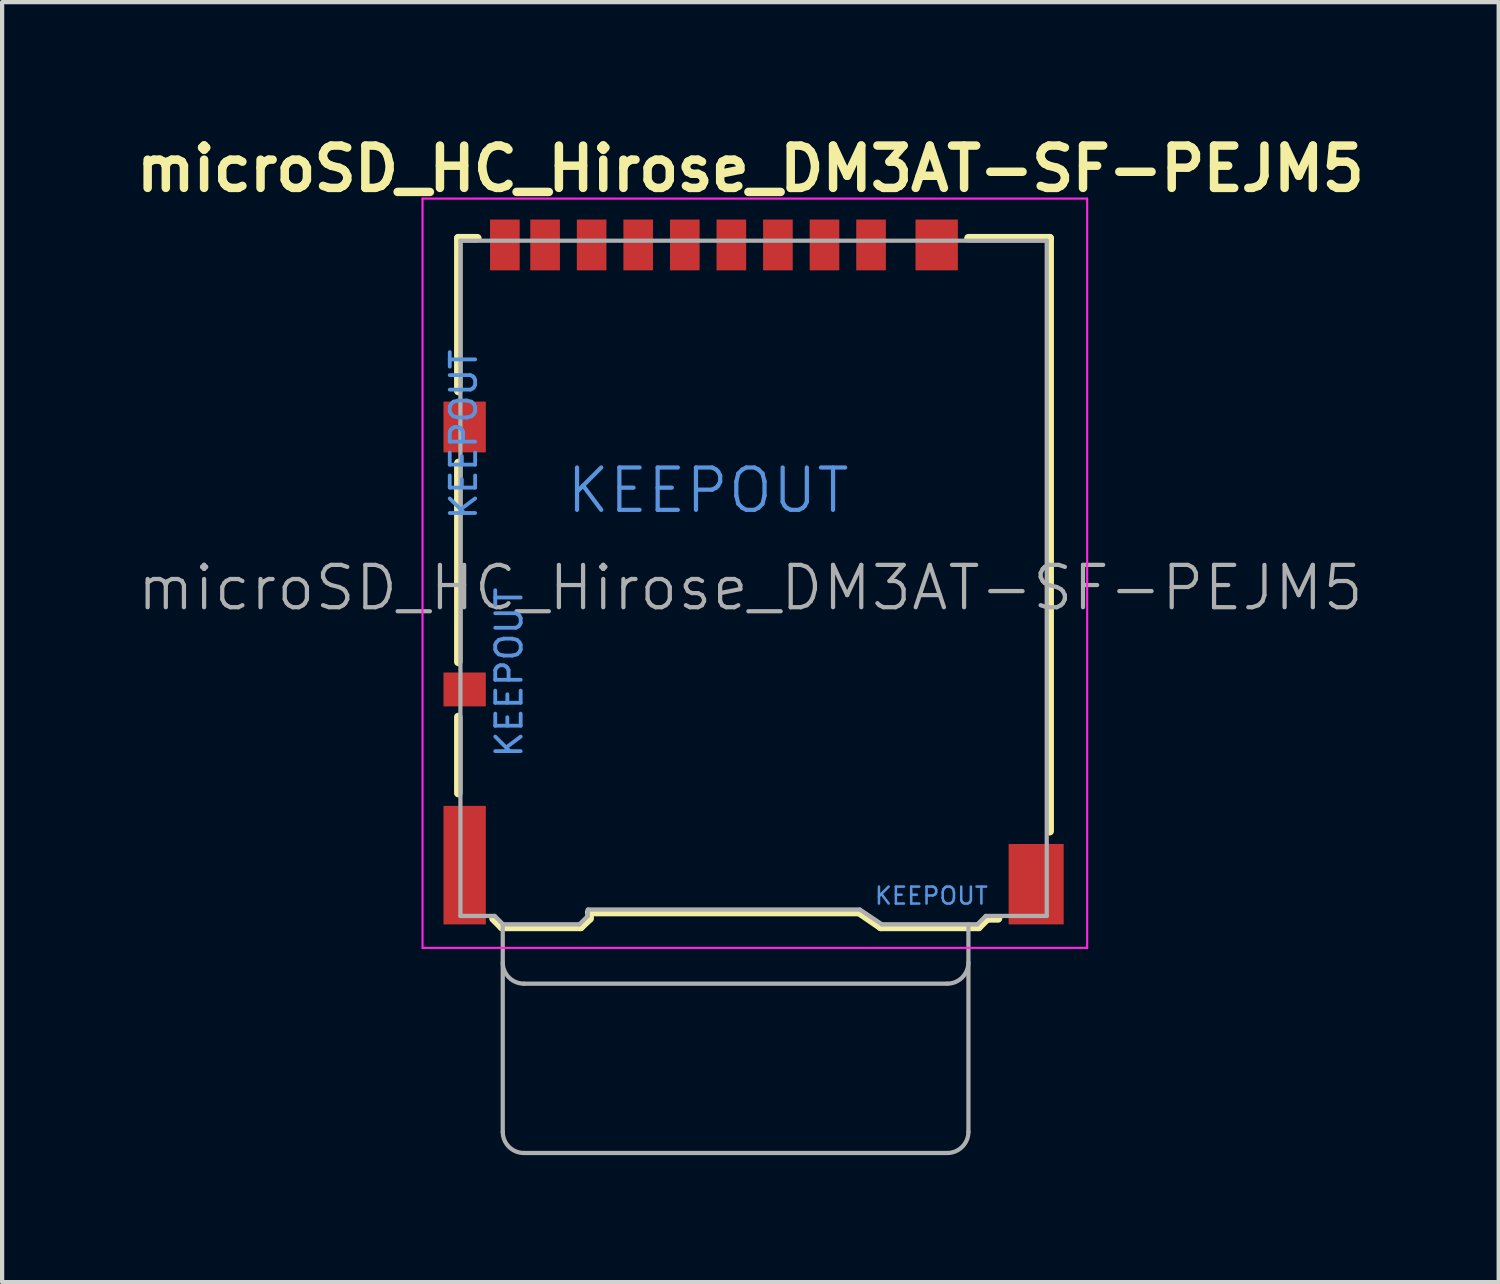
<source format=kicad_pcb>
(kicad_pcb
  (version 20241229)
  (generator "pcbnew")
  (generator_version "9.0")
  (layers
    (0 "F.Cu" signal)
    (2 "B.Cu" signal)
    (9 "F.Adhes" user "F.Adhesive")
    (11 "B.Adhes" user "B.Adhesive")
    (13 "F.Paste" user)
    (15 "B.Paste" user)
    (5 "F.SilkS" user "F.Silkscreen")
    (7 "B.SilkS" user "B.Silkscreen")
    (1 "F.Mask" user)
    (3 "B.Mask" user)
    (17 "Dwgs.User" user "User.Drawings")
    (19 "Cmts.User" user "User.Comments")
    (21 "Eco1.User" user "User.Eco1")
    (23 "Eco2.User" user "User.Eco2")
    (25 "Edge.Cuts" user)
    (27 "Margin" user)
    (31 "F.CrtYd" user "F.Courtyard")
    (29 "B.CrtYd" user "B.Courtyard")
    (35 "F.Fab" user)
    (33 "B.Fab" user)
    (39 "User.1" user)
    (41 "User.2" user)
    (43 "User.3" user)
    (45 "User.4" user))
  (footprint "microSD_HC_Hirose_DM3AT-SF-PEJM5"
    (layer "F.Cu")
    (at 14.751 10.461)
    (property "Reference" "microSD_HC_Hirose_DM3AT-SF-PEJM5" (at -0.075 -9.525 0) (layer "F.SilkS") (effects (font (size 1 1) (thickness 0.2))))
    (attr smd)
    (fp_line (start -6.975 -7.885) (end -6.975 -4.275) (stroke (width 0.2) (type solid)) (layer "F.SilkS"))
    (fp_line (start -6.975 -2.575) (end -6.975 2.125) (stroke (width 0.2) (type solid)) (layer "F.SilkS"))
    (fp_line (start -6.975 3.425) (end -6.975 5.225) (stroke (width 0.2) (type solid)) (layer "F.SilkS"))
    (fp_line (start -6.525 -7.885) (end -6.975 -7.885) (stroke (width 0.2) (type solid)) (layer "F.SilkS"))
    (fp_line (start -5.945 8.385) (end -6.145 8.185) (stroke (width 0.2) (type solid)) (layer "F.SilkS"))
    (fp_line (start -5.945 8.385) (end -4.085 8.385) (stroke (width 0.2) (type solid)) (layer "F.SilkS"))
    (fp_line (start -4.085 8.385) (end -3.875 8.185) (stroke (width 0.2) (type solid)) (layer "F.SilkS"))
    (fp_line (start -3.875 8.035) (end -3.875 8.185) (stroke (width 0.2) (type solid)) (layer "F.SilkS"))
    (fp_line (start -3.875 8.035) (end 2.495 8.035) (stroke (width 0.2) (type solid)) (layer "F.SilkS"))
    (fp_line (start 3.005 8.385) (end 2.495 8.035) (stroke (width 0.2) (type solid)) (layer "F.SilkS"))
    (fp_line (start 5.075 -7.885) (end 6.995 -7.885) (stroke (width 0.2) (type solid)) (layer "F.SilkS"))
    (fp_line (start 5.315 8.385) (end 3.005 8.385) (stroke (width 0.2) (type solid)) (layer "F.SilkS"))
    (fp_line (start 5.315 8.385) (end 5.515 8.185) (stroke (width 0.2) (type solid)) (layer "F.SilkS"))
    (fp_line (start 5.515 8.185) (end 5.775 8.185) (stroke (width 0.2) (type solid)) (layer "F.SilkS"))
    (fp_line (start 6.995 -7.885) (end 6.995 6.125) (stroke (width 0.2) (type solid)) (layer "F.SilkS"))
    (fp_line (start -7.82 -8.82) (end 7.88 -8.82) (stroke (width 0.05) (type solid)) (layer "F.CrtYd"))
    (fp_line (start -7.82 8.88) (end -7.82 -8.82) (stroke (width 0.05) (type solid)) (layer "F.CrtYd"))
    (fp_line (start 7.88 -8.82) (end 7.88 8.88) (stroke (width 0.05) (type solid)) (layer "F.CrtYd"))
    (fp_line (start 7.88 8.88) (end -7.82 8.88) (stroke (width 0.05) (type solid)) (layer "F.CrtYd"))
    (fp_line (start -6.925 8.125) (end -6.925 -7.825) (stroke (width 0.1) (type solid)) (layer "F.Fab"))
    (fp_line (start -6.115 8.125) (end -6.925 8.125) (stroke (width 0.1) (type solid)) (layer "F.Fab"))
    (fp_line (start -5.925 8.325) (end -5.925 13.225) (stroke (width 0.1) (type solid)) (layer "F.Fab"))
    (fp_line (start -5.915 8.325) (end -6.115 8.125) (stroke (width 0.1) (type solid)) (layer "F.Fab"))
    (fp_line (start -5.425 9.725) (end 4.575 9.725) (stroke (width 0.1) (type solid)) (layer "F.Fab"))
    (fp_line (start -5.425 13.725) (end 4.575 13.725) (stroke (width 0.1) (type solid)) (layer "F.Fab"))
    (fp_line (start -4.115 8.325) (end -5.915 8.325) (stroke (width 0.1) (type solid)) (layer "F.Fab"))
    (fp_line (start -3.915 8.125) (end -4.115 8.325) (stroke (width 0.1) (type solid)) (layer "F.Fab"))
    (fp_line (start -3.915 8.125) (end -3.915 7.975) (stroke (width 0.1) (type solid)) (layer "F.Fab"))
    (fp_line (start 2.51 7.975) (end -3.915 7.975) (stroke (width 0.1) (type solid)) (layer "F.Fab"))
    (fp_line (start 3.035 8.325) (end 2.51 7.975) (stroke (width 0.1) (type solid)) (layer "F.Fab"))
    (fp_line (start 5.075 13.225) (end 5.075 8.325) (stroke (width 0.1) (type solid)) (layer "F.Fab"))
    (fp_line (start 5.285 8.325) (end 3.035 8.325) (stroke (width 0.1) (type solid)) (layer "F.Fab"))
    (fp_line (start 5.285 8.325) (end 5.485 8.125) (stroke (width 0.1) (type solid)) (layer "F.Fab"))
    (fp_line (start 5.485 8.125) (end 6.925 8.125) (stroke (width 0.1) (type solid)) (layer "F.Fab"))
    (fp_line (start 6.925 -7.825) (end -6.925 -7.825) (stroke (width 0.1) (type solid)) (layer "F.Fab"))
    (fp_line (start 6.925 8.125) (end 6.925 -7.825) (stroke (width 0.1) (type solid)) (layer "F.Fab"))
    (fp_arc (start -5.425 9.725) (mid -5.778553 9.578553) (end -5.925 9.225) (stroke (width 0.1) (type solid)) (layer "F.Fab"))
    (fp_arc (start -5.425 13.725) (mid -5.778553 13.578553) (end -5.925 13.225) (stroke (width 0.1) (type solid)) (layer "F.Fab"))
    (fp_arc (start 5.075 9.225) (mid 4.928553 9.578553) (end 4.575 9.725) (stroke (width 0.1) (type solid)) (layer "F.Fab"))
    (fp_arc (start 5.075 13.225) (mid 4.928553 13.578553) (end 4.575 13.725) (stroke (width 0.1) (type solid)) (layer "F.Fab"))
    (fp_text user "KEEPOUT" (at -1.075 -1.925 0) (layer "Cmts.User") (effects (font (size 1 1) (thickness 0.1))))
    (fp_text user "KEEPOUT" (at -6.85 -3.25 90) (layer "Cmts.User") (effects (font (size 0.6 0.6) (thickness 0.09))))
    (fp_text user "KEEPOUT" (at 4.2 7.65 0) (layer "Cmts.User") (effects (font (size 0.4 0.4) (thickness 0.06))))
    (fp_text user "KEEPOUT" (at -5.775 2.375 90) (layer "Cmts.User") (effects (font (size 0.6 0.6) (thickness 0.09))))
    (fp_text user "${REFERENCE}" (at -0.075 0.375 0) (layer "F.Fab") (effects (font (size 1 1) (thickness 0.1))))
    (pad "1" smd rect (at 2.775 -7.725) (size 0.7 1.2) (layers "F.Cu" "F.Mask" "F.Paste"))
    (pad "2" smd rect (at 1.675 -7.725) (size 0.7 1.2) (layers "F.Cu" "F.Mask" "F.Paste"))
    (pad "3" smd rect (at 0.575 -7.725) (size 0.7 1.2) (layers "F.Cu" "F.Mask" "F.Paste"))
    (pad "4" smd rect (at -0.525 -7.725) (size 0.7 1.2) (layers "F.Cu" "F.Mask" "F.Paste"))
    (pad "5" smd rect (at -1.625 -7.725) (size 0.7 1.2) (layers "F.Cu" "F.Mask" "F.Paste"))
    (pad "6" smd rect (at -2.725 -7.725) (size 0.7 1.2) (layers "F.Cu" "F.Mask" "F.Paste"))
    (pad "7" smd rect (at -3.825 -7.725) (size 0.7 1.2) (layers "F.Cu" "F.Mask" "F.Paste"))
    (pad "8" smd rect (at -4.925 -7.725) (size 0.7 1.2) (layers "F.Cu" "F.Mask" "F.Paste"))
    (pad "9" smd rect (at -5.875 -7.725) (size 0.7 1.2) (layers "F.Cu" "F.Mask" "F.Paste"))
    (pad "10" smd rect (at -6.825 2.775) (size 1 0.8) (layers "F.Cu" "F.Mask" "F.Paste"))
    (pad "11" smd rect (at -6.825 -3.425) (size 1 1.2) (layers "F.Cu" "F.Mask" "F.Paste"))
    (pad "11" smd rect (at -6.825 6.925) (size 1 2.8) (layers "F.Cu" "F.Mask" "F.Paste"))
    (pad "11" smd rect (at 4.325 -7.725) (size 1 1.2) (layers "F.Cu" "F.Mask" "F.Paste"))
    (pad "11" smd rect (at 6.675 7.375) (size 1.3 1.9) (layers "F.Cu" "F.Mask" "F.Paste"))
    (zone (net_name "") (layer "F.Cu") (hatch full 0.508) (connect_pads) (min_thickness 0.254) (filled_areas_thickness no) (keepout (tracks not_allowed) (vias not_allowed) (pads not_allowed) (copperpour not_allowed) (footprints not_allowed)) (placement (enabled no)) (fill) (polygon (pts (xy 8.276 6.436) (xy 7.526 6.436) (xy 7.526 3.186) (xy 8.276 3.186))))
    (zone (net_name "") (layer "F.Cu") (hatch full 0.508) (connect_pads) (min_thickness 0.254) (filled_areas_thickness no) (keepout (tracks not_allowed) (vias not_allowed) (pads not_allowed) (copperpour not_allowed) (footprints not_allowed)) (placement (enabled no)) (fill) (polygon (pts (xy 8.276 11.236) (xy 7.526 11.236) (xy 7.526 7.636) (xy 8.276 7.636))))
    (zone (net_name "") (layer "F.Cu") (hatch full 0.508) (connect_pads) (min_thickness 0.254) (filled_areas_thickness no) (keepout (tracks not_allowed) (vias not_allowed) (pads not_allowed) (copperpour not_allowed) (footprints not_allowed)) (placement (enabled no)) (fill) (polygon (pts (xy 8.626 9.036) (xy 9.326 9.036) (xy 9.326 16.636) (xy 8.626 16.636))))
    (zone (net_name "") (layer "F.Cu") (hatch full 0.508) (connect_pads) (min_thickness 0.254) (filled_areas_thickness no) (keepout (tracks not_allowed) (vias not_allowed) (pads not_allowed) (copperpour not_allowed) (footprints not_allowed)) (placement (enabled no)) (fill) (polygon (pts (xy 17.676 17.436) (xy 20.226 17.436) (xy 20.226 18.786) (xy 17.676 18.786))))
    (zone (net_name "") (layer "F.Cu") (hatch full 0.508) (connect_pads) (min_thickness 0.254) (filled_areas_thickness no) (keepout (tracks not_allowed) (vias not_allowed) (pads not_allowed) (copperpour not_allowed) (footprints not_allowed)) (placement (enabled no)) (fill) (polygon (pts (xy 18.026 9.336) (xy 9.326 9.336) (xy 9.326 7.736) (xy 18.026 7.736)))))
  (gr_rect
    (start -3 -3)
    (end 32.352 27.236)
    (stroke (width 0.1) (type default))
    (fill no)
    (layer "Edge.Cuts")))
</source>
